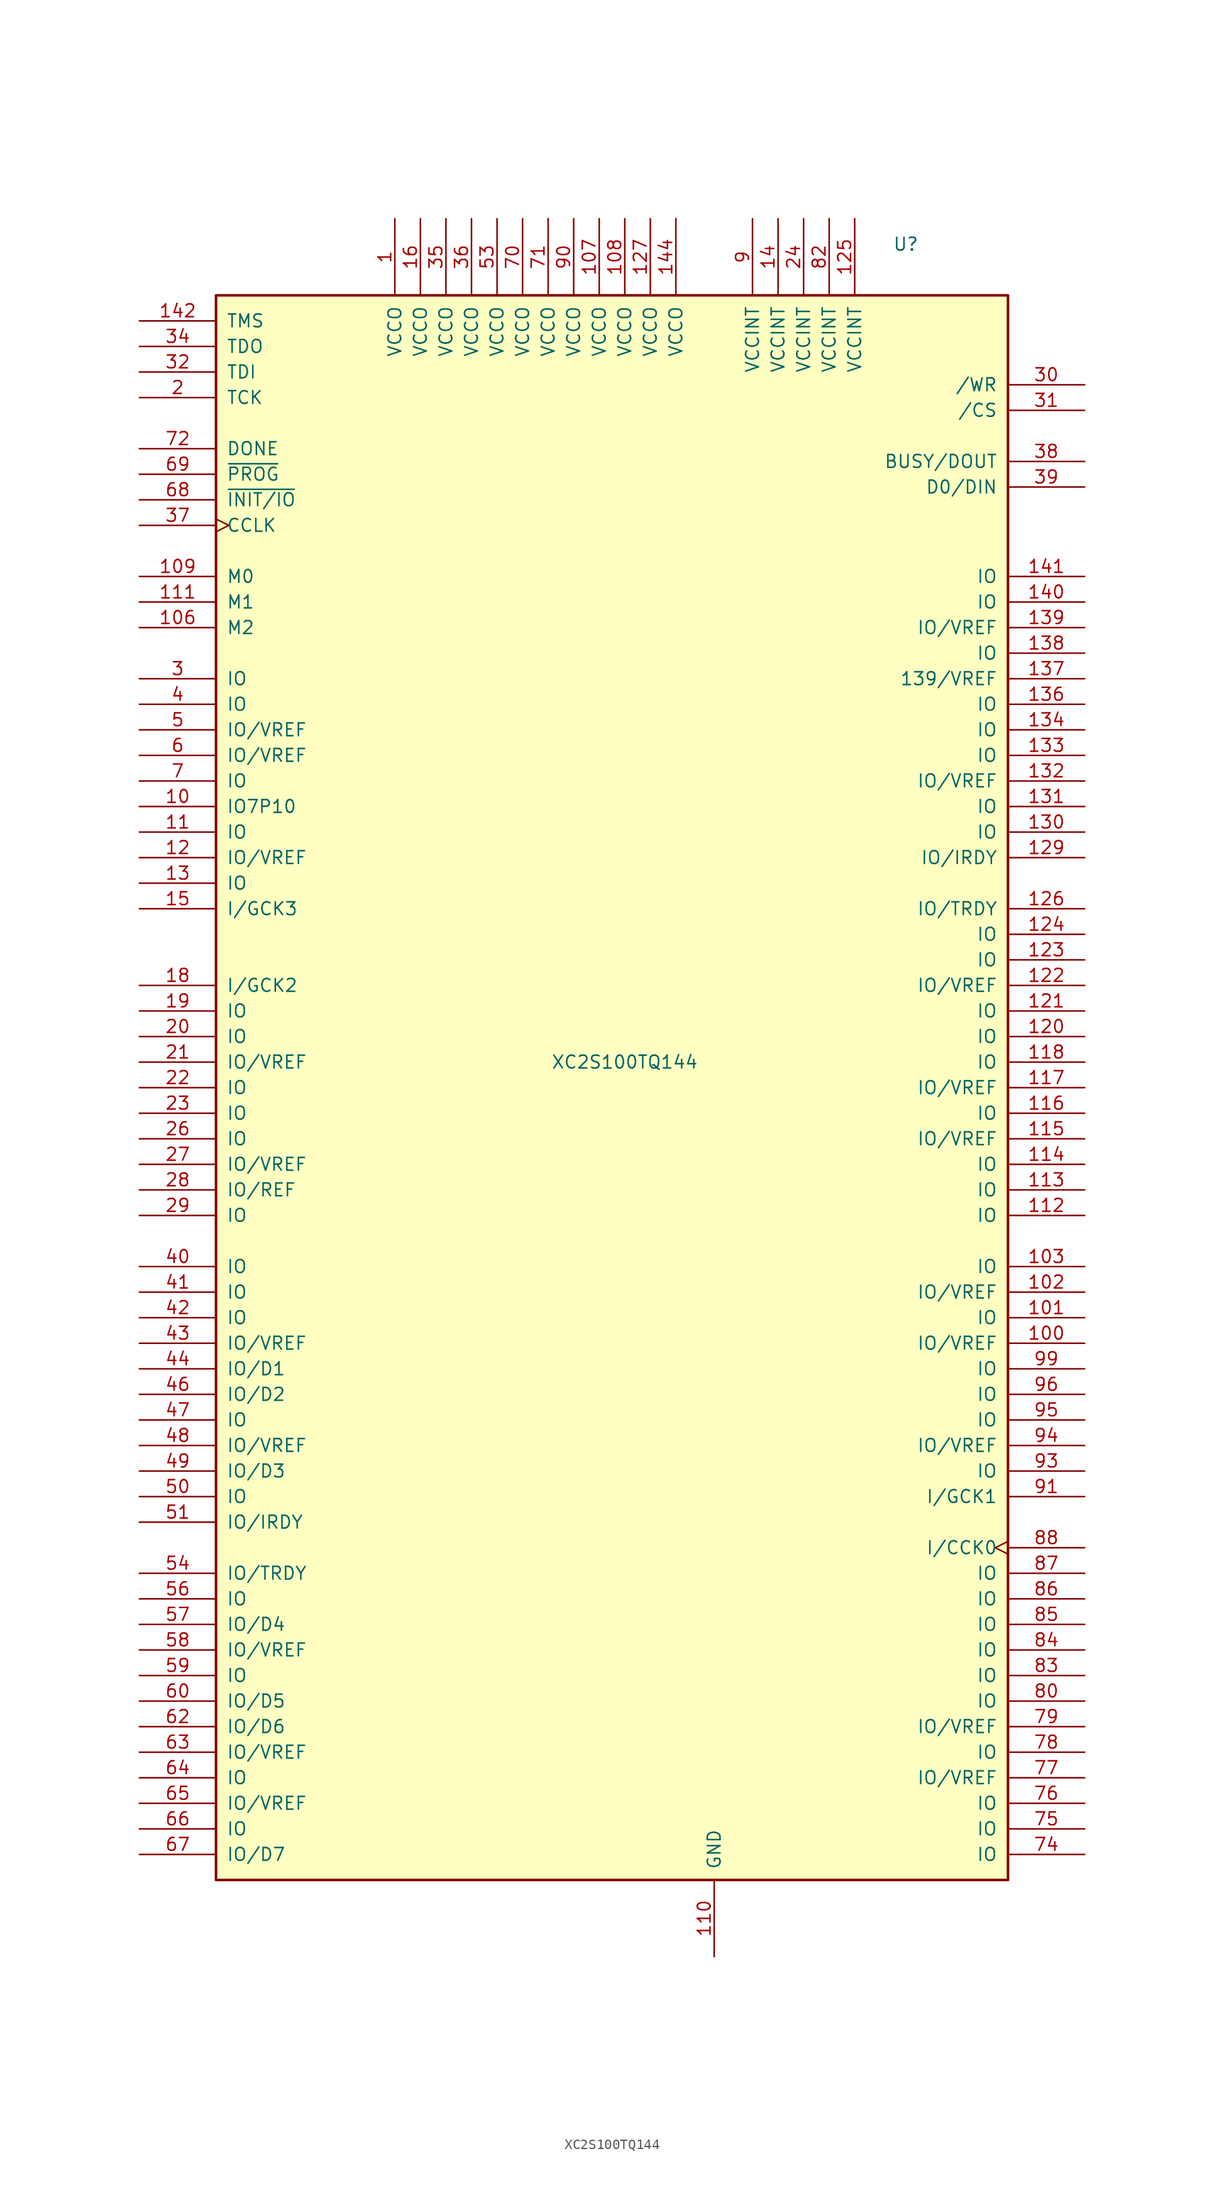
<source format=kicad_sym>
(kicad_symbol_lib
  (version 20231120)
  (generator "kicad_symbol_editor")
  (generator_version "8.0")
  (symbol "XC2S100TQ144"
    (pin_names
      (offset 1.016))
    (property "Reference" "U"
      (at 27.94 83.82 0)
      (effects (font (size 1.27 1.27))))
    (property "Value" "XC2S100TQ144"
      (at 0 2.54 0)
      (effects (font (size 1.27 1.27))))
    (symbol "XC2S100TQ144_0_1"
      (rectangle (start -40.64 78.74) (end 38.1 -78.74) (stroke (width 0.254) (type default)) (fill (type background))))
    (symbol "XC2S100TQ144_1_1"
      (pin power_in line (at -22.86 86.36 270) (length 7.62) (name "VCCO" (effects (font (size 1.27 1.27)))) (number "1" (effects (font (size 1.27 1.27)))))
      (pin bidirectional line (at -48.26 27.94 0) (length 7.62) (name "IO7P10" (effects (font (size 1.27 1.27)))) (number "10" (effects (font (size 1.27 1.27)))))
      (pin bidirectional line (at 45.72 -25.4 180) (length 7.62) (name "IO/VREF" (effects (font (size 1.27 1.27)))) (number "100" (effects (font (size 1.27 1.27)))))
      (pin bidirectional line (at 45.72 -22.86 180) (length 7.62) (name "IO" (effects (font (size 1.27 1.27)))) (number "101" (effects (font (size 1.27 1.27)))))
      (pin bidirectional line (at 45.72 -20.32 180) (length 7.62) (name "IO/VREF" (effects (font (size 1.27 1.27)))) (number "102" (effects (font (size 1.27 1.27)))))
      (pin bidirectional line (at 45.72 -17.78 180) (length 7.62) (name "IO" (effects (font (size 1.27 1.27)))) (number "103" (effects (font (size 1.27 1.27)))))
      (pin input line (at -48.26 45.72 0) (length 7.62) (name "M2" (effects (font (size 1.27 1.27)))) (number "106" (effects (font (size 1.27 1.27)))))
      (pin power_in line (at -2.54 86.36 270) (length 7.62) (name "VCCO" (effects (font (size 1.27 1.27)))) (number "107" (effects (font (size 1.27 1.27)))))
      (pin power_in line (at 0 86.36 270) (length 7.62) (name "VCCO" (effects (font (size 1.27 1.27)))) (number "108" (effects (font (size 1.27 1.27)))))
      (pin input line (at -48.26 50.8 0) (length 7.62) (name "M0" (effects (font (size 1.27 1.27)))) (number "109" (effects (font (size 1.27 1.27)))))
      (pin bidirectional line (at -48.26 25.4 0) (length 7.62) (name "IO" (effects (font (size 1.27 1.27)))) (number "11" (effects (font (size 1.27 1.27)))))
      (pin power_in line (at 8.89 -86.36 90) (length 7.62) (name "GND" (effects (font (size 1.27 1.27)))) (number "110" (effects (font (size 1.27 1.27)))))
      (pin input line (at -48.26 48.26 0) (length 7.62) (name "M1" (effects (font (size 1.27 1.27)))) (number "111" (effects (font (size 1.27 1.27)))))
      (pin bidirectional line (at 45.72 -12.7 180) (length 7.62) (name "IO" (effects (font (size 1.27 1.27)))) (number "112" (effects (font (size 1.27 1.27)))))
      (pin bidirectional line (at 45.72 -10.16 180) (length 7.62) (name "IO" (effects (font (size 1.27 1.27)))) (number "113" (effects (font (size 1.27 1.27)))))
      (pin bidirectional line (at 45.72 -7.62 180) (length 7.62) (name "IO" (effects (font (size 1.27 1.27)))) (number "114" (effects (font (size 1.27 1.27)))))
      (pin bidirectional line (at 45.72 -5.08 180) (length 7.62) (name "IO/VREF" (effects (font (size 1.27 1.27)))) (number "115" (effects (font (size 1.27 1.27)))))
      (pin bidirectional line (at 45.72 -2.54 180) (length 7.62) (name "IO" (effects (font (size 1.27 1.27)))) (number "116" (effects (font (size 1.27 1.27)))))
      (pin bidirectional line (at 45.72 0 180) (length 7.62) (name "IO/VREF" (effects (font (size 1.27 1.27)))) (number "117" (effects (font (size 1.27 1.27)))))
      (pin bidirectional line (at 45.72 2.54 180) (length 7.62) (name "IO" (effects (font (size 1.27 1.27)))) (number "118" (effects (font (size 1.27 1.27)))))
      (pin passive line (at 8.89 -86.36 90) (length 7.62) hide (name "GND" (effects (font (size 1.27 1.27)))) (number "119" (effects (font (size 1.27 1.27)))))
      (pin bidirectional line (at -48.26 22.86 0) (length 7.62) (name "IO/VREF" (effects (font (size 1.27 1.27)))) (number "12" (effects (font (size 1.27 1.27)))))
      (pin bidirectional line (at 45.72 5.08 180) (length 7.62) (name "IO" (effects (font (size 1.27 1.27)))) (number "120" (effects (font (size 1.27 1.27)))))
      (pin bidirectional line (at 45.72 7.62 180) (length 7.62) (name "IO" (effects (font (size 1.27 1.27)))) (number "121" (effects (font (size 1.27 1.27)))))
      (pin bidirectional line (at 45.72 10.16 180) (length 7.62) (name "IO/VREF" (effects (font (size 1.27 1.27)))) (number "122" (effects (font (size 1.27 1.27)))))
      (pin bidirectional line (at 45.72 12.7 180) (length 7.62) (name "IO" (effects (font (size 1.27 1.27)))) (number "123" (effects (font (size 1.27 1.27)))))
      (pin bidirectional line (at 45.72 15.24 180) (length 7.62) (name "IO" (effects (font (size 1.27 1.27)))) (number "124" (effects (font (size 1.27 1.27)))))
      (pin power_in line (at 22.86 86.36 270) (length 7.62) (name "VCCINT" (effects (font (size 1.27 1.27)))) (number "125" (effects (font (size 1.27 1.27)))))
      (pin bidirectional line (at 45.72 17.78 180) (length 7.62) (name "IO/TRDY" (effects (font (size 1.27 1.27)))) (number "126" (effects (font (size 1.27 1.27)))))
      (pin power_in line (at 2.54 86.36 270) (length 7.62) (name "VCCO" (effects (font (size 1.27 1.27)))) (number "127" (effects (font (size 1.27 1.27)))))
      (pin passive line (at 8.89 -86.36 90) (length 7.62) hide (name "GND" (effects (font (size 1.27 1.27)))) (number "128" (effects (font (size 1.27 1.27)))))
      (pin bidirectional line (at 45.72 22.86 180) (length 7.62) (name "IO/IRDY" (effects (font (size 1.27 1.27)))) (number "129" (effects (font (size 1.27 1.27)))))
      (pin bidirectional line (at -48.26 20.32 0) (length 7.62) (name "IO" (effects (font (size 1.27 1.27)))) (number "13" (effects (font (size 1.27 1.27)))))
      (pin bidirectional line (at 45.72 25.4 180) (length 7.62) (name "IO" (effects (font (size 1.27 1.27)))) (number "130" (effects (font (size 1.27 1.27)))))
      (pin bidirectional line (at 45.72 27.94 180) (length 7.62) (name "IO" (effects (font (size 1.27 1.27)))) (number "131" (effects (font (size 1.27 1.27)))))
      (pin bidirectional line (at 45.72 30.48 180) (length 7.62) (name "IO/VREF" (effects (font (size 1.27 1.27)))) (number "132" (effects (font (size 1.27 1.27)))))
      (pin bidirectional line (at 45.72 33.02 180) (length 7.62) (name "IO" (effects (font (size 1.27 1.27)))) (number "133" (effects (font (size 1.27 1.27)))))
      (pin bidirectional line (at 45.72 35.56 180) (length 7.62) (name "IO" (effects (font (size 1.27 1.27)))) (number "134" (effects (font (size 1.27 1.27)))))
      (pin passive line (at 8.89 -86.36 90) (length 7.62) hide (name "GND" (effects (font (size 1.27 1.27)))) (number "135" (effects (font (size 1.27 1.27)))))
      (pin bidirectional line (at 45.72 38.1 180) (length 7.62) (name "IO" (effects (font (size 1.27 1.27)))) (number "136" (effects (font (size 1.27 1.27)))))
      (pin bidirectional line (at 45.72 40.64 180) (length 7.62) (name "139/VREF" (effects (font (size 1.27 1.27)))) (number "137" (effects (font (size 1.27 1.27)))))
      (pin bidirectional line (at 45.72 43.18 180) (length 7.62) (name "IO" (effects (font (size 1.27 1.27)))) (number "138" (effects (font (size 1.27 1.27)))))
      (pin bidirectional line (at 45.72 45.72 180) (length 7.62) (name "IO/VREF" (effects (font (size 1.27 1.27)))) (number "139" (effects (font (size 1.27 1.27)))))
      (pin power_in line (at 15.24 86.36 270) (length 7.62) (name "VCCINT" (effects (font (size 1.27 1.27)))) (number "14" (effects (font (size 1.27 1.27)))))
      (pin bidirectional line (at 45.72 48.26 180) (length 7.62) (name "IO" (effects (font (size 1.27 1.27)))) (number "140" (effects (font (size 1.27 1.27)))))
      (pin bidirectional line (at 45.72 50.8 180) (length 7.62) (name "IO" (effects (font (size 1.27 1.27)))) (number "141" (effects (font (size 1.27 1.27)))))
      (pin input line (at -48.26 76.2 0) (length 7.62) (name "TMS" (effects (font (size 1.27 1.27)))) (number "142" (effects (font (size 1.27 1.27)))))
      (pin passive line (at 8.89 -86.36 90) (length 7.62) hide (name "GND" (effects (font (size 1.27 1.27)))) (number "143" (effects (font (size 1.27 1.27)))))
      (pin passive line (at 5.08 86.36 270) (length 7.62) (name "VCCO" (effects (font (size 1.27 1.27)))) (number "144" (effects (font (size 1.27 1.27)))))
      (pin input line (at -48.26 17.78 0) (length 7.62) (name "I/GCK3" (effects (font (size 1.27 1.27)))) (number "15" (effects (font (size 1.27 1.27)))))
      (pin power_in line (at -20.32 86.36 270) (length 7.62) (name "VCCO" (effects (font (size 1.27 1.27)))) (number "16" (effects (font (size 1.27 1.27)))))
      (pin passive line (at 8.89 -86.36 90) (length 7.62) hide (name "GND" (effects (font (size 1.27 1.27)))) (number "17" (effects (font (size 1.27 1.27)))))
      (pin input line (at -48.26 10.16 0) (length 7.62) (name "I/GCK2" (effects (font (size 1.27 1.27)))) (number "18" (effects (font (size 1.27 1.27)))))
      (pin bidirectional line (at -48.26 7.62 0) (length 7.62) (name "IO" (effects (font (size 1.27 1.27)))) (number "19" (effects (font (size 1.27 1.27)))))
      (pin input line (at -48.26 68.58 0) (length 7.62) (name "TCK" (effects (font (size 1.27 1.27)))) (number "2" (effects (font (size 1.27 1.27)))))
      (pin bidirectional line (at -48.26 5.08 0) (length 7.62) (name "IO" (effects (font (size 1.27 1.27)))) (number "20" (effects (font (size 1.27 1.27)))))
      (pin bidirectional line (at -48.26 2.54 0) (length 7.62) (name "IO/VREF" (effects (font (size 1.27 1.27)))) (number "21" (effects (font (size 1.27 1.27)))))
      (pin bidirectional line (at -48.26 0 0) (length 7.62) (name "IO" (effects (font (size 1.27 1.27)))) (number "22" (effects (font (size 1.27 1.27)))))
      (pin bidirectional line (at -48.26 -2.54 0) (length 7.62) (name "IO" (effects (font (size 1.27 1.27)))) (number "23" (effects (font (size 1.27 1.27)))))
      (pin power_in line (at 17.78 86.36 270) (length 7.62) (name "VCCINT" (effects (font (size 1.27 1.27)))) (number "24" (effects (font (size 1.27 1.27)))))
      (pin passive line (at 8.89 -86.36 90) (length 7.62) hide (name "GND" (effects (font (size 1.27 1.27)))) (number "25" (effects (font (size 1.27 1.27)))))
      (pin bidirectional line (at -48.26 -5.08 0) (length 7.62) (name "IO" (effects (font (size 1.27 1.27)))) (number "26" (effects (font (size 1.27 1.27)))))
      (pin bidirectional line (at -48.26 -7.62 0) (length 7.62) (name "IO/VREF" (effects (font (size 1.27 1.27)))) (number "27" (effects (font (size 1.27 1.27)))))
      (pin bidirectional line (at -48.26 -10.16 0) (length 7.62) (name "IO/REF" (effects (font (size 1.27 1.27)))) (number "28" (effects (font (size 1.27 1.27)))))
      (pin bidirectional line (at -48.26 -12.7 0) (length 7.62) (name "IO" (effects (font (size 1.27 1.27)))) (number "29" (effects (font (size 1.27 1.27)))))
      (pin bidirectional line (at -48.26 40.64 0) (length 7.62) (name "IO" (effects (font (size 1.27 1.27)))) (number "3" (effects (font (size 1.27 1.27)))))
      (pin bidirectional line (at 45.72 69.85 180) (length 7.62) (name "/WR" (effects (font (size 1.27 1.27)))) (number "30" (effects (font (size 1.27 1.27)))))
      (pin bidirectional line (at 45.72 67.31 180) (length 7.62) (name "/CS" (effects (font (size 1.27 1.27)))) (number "31" (effects (font (size 1.27 1.27)))))
      (pin input line (at -48.26 71.12 0) (length 7.62) (name "TDI" (effects (font (size 1.27 1.27)))) (number "32" (effects (font (size 1.27 1.27)))))
      (pin passive line (at 8.89 -86.36 90) (length 7.62) hide (name "GND" (effects (font (size 1.27 1.27)))) (number "33" (effects (font (size 1.27 1.27)))))
      (pin output line (at -48.26 73.66 0) (length 7.62) (name "TDO" (effects (font (size 1.27 1.27)))) (number "34" (effects (font (size 1.27 1.27)))))
      (pin power_in line (at -17.78 86.36 270) (length 7.62) (name "VCCO" (effects (font (size 1.27 1.27)))) (number "35" (effects (font (size 1.27 1.27)))))
      (pin power_in line (at -15.24 86.36 270) (length 7.62) (name "VCCO" (effects (font (size 1.27 1.27)))) (number "36" (effects (font (size 1.27 1.27)))))
      (pin input clock (at -48.26 55.88 0) (length 7.62) (name "CCLK" (effects (font (size 1.27 1.27)))) (number "37" (effects (font (size 1.27 1.27)))))
      (pin output line (at 45.72 62.23 180) (length 7.62) (name "BUSY/DOUT" (effects (font (size 1.27 1.27)))) (number "38" (effects (font (size 1.27 1.27)))))
      (pin bidirectional line (at 45.72 59.69 180) (length 7.62) (name "D0/DIN" (effects (font (size 1.27 1.27)))) (number "39" (effects (font (size 1.27 1.27)))))
      (pin bidirectional line (at -48.26 38.1 0) (length 7.62) (name "IO" (effects (font (size 1.27 1.27)))) (number "4" (effects (font (size 1.27 1.27)))))
      (pin bidirectional line (at -48.26 -17.78 0) (length 7.62) (name "IO" (effects (font (size 1.27 1.27)))) (number "40" (effects (font (size 1.27 1.27)))))
      (pin bidirectional line (at -48.26 -20.32 0) (length 7.62) (name "IO" (effects (font (size 1.27 1.27)))) (number "41" (effects (font (size 1.27 1.27)))))
      (pin bidirectional line (at -48.26 -22.86 0) (length 7.62) (name "IO" (effects (font (size 1.27 1.27)))) (number "42" (effects (font (size 1.27 1.27)))))
      (pin bidirectional line (at -48.26 -25.4 0) (length 7.62) (name "IO/VREF" (effects (font (size 1.27 1.27)))) (number "43" (effects (font (size 1.27 1.27)))))
      (pin bidirectional line (at -48.26 -27.94 0) (length 7.62) (name "IO/D1" (effects (font (size 1.27 1.27)))) (number "44" (effects (font (size 1.27 1.27)))))
      (pin passive line (at 8.89 -86.36 90) (length 7.62) hide (name "GND" (effects (font (size 1.27 1.27)))) (number "45" (effects (font (size 1.27 1.27)))))
      (pin bidirectional line (at -48.26 -30.48 0) (length 7.62) (name "IO/D2" (effects (font (size 1.27 1.27)))) (number "46" (effects (font (size 1.27 1.27)))))
      (pin bidirectional line (at -48.26 -33.02 0) (length 7.62) (name "IO" (effects (font (size 1.27 1.27)))) (number "47" (effects (font (size 1.27 1.27)))))
      (pin bidirectional line (at -48.26 -35.56 0) (length 7.62) (name "IO/VREF" (effects (font (size 1.27 1.27)))) (number "48" (effects (font (size 1.27 1.27)))))
      (pin bidirectional line (at -48.26 -38.1 0) (length 7.62) (name "IO/D3" (effects (font (size 1.27 1.27)))) (number "49" (effects (font (size 1.27 1.27)))))
      (pin bidirectional line (at -48.26 35.56 0) (length 7.62) (name "IO/VREF" (effects (font (size 1.27 1.27)))) (number "5" (effects (font (size 1.27 1.27)))))
      (pin bidirectional line (at -48.26 -40.64 0) (length 7.62) (name "IO" (effects (font (size 1.27 1.27)))) (number "50" (effects (font (size 1.27 1.27)))))
      (pin bidirectional line (at -48.26 -43.18 0) (length 7.62) (name "IO/IRDY" (effects (font (size 1.27 1.27)))) (number "51" (effects (font (size 1.27 1.27)))))
      (pin passive line (at 8.89 -86.36 90) (length 7.62) hide (name "GND" (effects (font (size 1.27 1.27)))) (number "52" (effects (font (size 1.27 1.27)))))
      (pin power_in line (at -12.7 86.36 270) (length 7.62) (name "VCCO" (effects (font (size 1.27 1.27)))) (number "53" (effects (font (size 1.27 1.27)))))
      (pin bidirectional line (at -48.26 -48.26 0) (length 7.62) (name "IO/TRDY" (effects (font (size 1.27 1.27)))) (number "54" (effects (font (size 1.27 1.27)))))
      (pin bidirectional line (at -48.26 -50.8 0) (length 7.62) (name "IO" (effects (font (size 1.27 1.27)))) (number "56" (effects (font (size 1.27 1.27)))))
      (pin bidirectional line (at -48.26 -53.34 0) (length 7.62) (name "IO/D4" (effects (font (size 1.27 1.27)))) (number "57" (effects (font (size 1.27 1.27)))))
      (pin bidirectional line (at -48.26 -55.88 0) (length 7.62) (name "IO/VREF" (effects (font (size 1.27 1.27)))) (number "58" (effects (font (size 1.27 1.27)))))
      (pin bidirectional line (at -48.26 -58.42 0) (length 7.62) (name "IO" (effects (font (size 1.27 1.27)))) (number "59" (effects (font (size 1.27 1.27)))))
      (pin bidirectional line (at -48.26 33.02 0) (length 7.62) (name "IO/VREF" (effects (font (size 1.27 1.27)))) (number "6" (effects (font (size 1.27 1.27)))))
      (pin bidirectional line (at -48.26 -60.96 0) (length 7.62) (name "IO/D5" (effects (font (size 1.27 1.27)))) (number "60" (effects (font (size 1.27 1.27)))))
      (pin passive line (at 8.89 -86.36 90) (length 7.62) hide (name "GND" (effects (font (size 1.27 1.27)))) (number "61" (effects (font (size 1.27 1.27)))))
      (pin bidirectional line (at -48.26 -63.5 0) (length 7.62) (name "IO/D6" (effects (font (size 1.27 1.27)))) (number "62" (effects (font (size 1.27 1.27)))))
      (pin bidirectional line (at -48.26 -66.04 0) (length 7.62) (name "IO/VREF" (effects (font (size 1.27 1.27)))) (number "63" (effects (font (size 1.27 1.27)))))
      (pin bidirectional line (at -48.26 -68.58 0) (length 7.62) (name "IO" (effects (font (size 1.27 1.27)))) (number "64" (effects (font (size 1.27 1.27)))))
      (pin bidirectional line (at -48.26 -71.12 0) (length 7.62) (name "IO/VREF" (effects (font (size 1.27 1.27)))) (number "65" (effects (font (size 1.27 1.27)))))
      (pin bidirectional line (at -48.26 -73.66 0) (length 7.62) (name "IO" (effects (font (size 1.27 1.27)))) (number "66" (effects (font (size 1.27 1.27)))))
      (pin bidirectional line (at -48.26 -76.2 0) (length 7.62) (name "IO/D7" (effects (font (size 1.27 1.27)))) (number "67" (effects (font (size 1.27 1.27)))))
      (pin bidirectional line (at -48.26 58.42 0) (length 7.62) (name "~{INIT/IO}" (effects (font (size 1.27 1.27)))) (number "68" (effects (font (size 1.27 1.27)))))
      (pin input line (at -48.26 60.96 0) (length 7.62) (name "~{PROG}" (effects (font (size 1.27 1.27)))) (number "69" (effects (font (size 1.27 1.27)))))
      (pin bidirectional line (at -48.26 30.48 0) (length 7.62) (name "IO" (effects (font (size 1.27 1.27)))) (number "7" (effects (font (size 1.27 1.27)))))
      (pin power_in line (at -10.16 86.36 270) (length 7.62) (name "VCCO" (effects (font (size 1.27 1.27)))) (number "70" (effects (font (size 1.27 1.27)))))
      (pin power_in line (at -7.62 86.36 270) (length 7.62) (name "VCCO" (effects (font (size 1.27 1.27)))) (number "71" (effects (font (size 1.27 1.27)))))
      (pin open_collector line (at -48.26 63.5 0) (length 7.62) (name "DONE" (effects (font (size 1.27 1.27)))) (number "72" (effects (font (size 1.27 1.27)))))
      (pin passive line (at 8.89 -86.36 90) (length 7.62) hide (name "GND" (effects (font (size 1.27 1.27)))) (number "73" (effects (font (size 1.27 1.27)))))
      (pin bidirectional line (at 45.72 -76.2 180) (length 7.62) (name "IO" (effects (font (size 1.27 1.27)))) (number "74" (effects (font (size 1.27 1.27)))))
      (pin bidirectional line (at 45.72 -73.66 180) (length 7.62) (name "IO" (effects (font (size 1.27 1.27)))) (number "75" (effects (font (size 1.27 1.27)))))
      (pin bidirectional line (at 45.72 -71.12 180) (length 7.62) (name "IO" (effects (font (size 1.27 1.27)))) (number "76" (effects (font (size 1.27 1.27)))))
      (pin bidirectional line (at 45.72 -68.58 180) (length 7.62) (name "IO/VREF" (effects (font (size 1.27 1.27)))) (number "77" (effects (font (size 1.27 1.27)))))
      (pin bidirectional line (at 45.72 -66.04 180) (length 7.62) (name "IO" (effects (font (size 1.27 1.27)))) (number "78" (effects (font (size 1.27 1.27)))))
      (pin bidirectional line (at 45.72 -63.5 180) (length 7.62) (name "IO/VREF" (effects (font (size 1.27 1.27)))) (number "79" (effects (font (size 1.27 1.27)))))
      (pin passive line (at 8.89 -86.36 90) (length 7.62) hide (name "GND" (effects (font (size 1.27 1.27)))) (number "8" (effects (font (size 1.27 1.27)))))
      (pin bidirectional line (at 45.72 -60.96 180) (length 7.62) (name "IO" (effects (font (size 1.27 1.27)))) (number "80" (effects (font (size 1.27 1.27)))))
      (pin passive line (at 8.89 -86.36 90) (length 7.62) hide (name "GND" (effects (font (size 1.27 1.27)))) (number "81" (effects (font (size 1.27 1.27)))))
      (pin power_in line (at 20.32 86.36 270) (length 7.62) (name "VCCINT" (effects (font (size 1.27 1.27)))) (number "82" (effects (font (size 1.27 1.27)))))
      (pin bidirectional line (at 45.72 -58.42 180) (length 7.62) (name "IO" (effects (font (size 1.27 1.27)))) (number "83" (effects (font (size 1.27 1.27)))))
      (pin bidirectional line (at 45.72 -55.88 180) (length 7.62) (name "IO" (effects (font (size 1.27 1.27)))) (number "84" (effects (font (size 1.27 1.27)))))
      (pin bidirectional line (at 45.72 -53.34 180) (length 7.62) (name "IO" (effects (font (size 1.27 1.27)))) (number "85" (effects (font (size 1.27 1.27)))))
      (pin bidirectional line (at 45.72 -50.8 180) (length 7.62) (name "IO" (effects (font (size 1.27 1.27)))) (number "86" (effects (font (size 1.27 1.27)))))
      (pin bidirectional line (at 45.72 -48.26 180) (length 7.62) (name "IO" (effects (font (size 1.27 1.27)))) (number "87" (effects (font (size 1.27 1.27)))))
      (pin input clock (at 45.72 -45.72 180) (length 7.62) (name "I/CCK0" (effects (font (size 1.27 1.27)))) (number "88" (effects (font (size 1.27 1.27)))))
      (pin passive line (at 8.89 -86.36 90) (length 7.62) hide (name "GND" (effects (font (size 1.27 1.27)))) (number "89" (effects (font (size 1.27 1.27)))))
      (pin power_in line (at 12.7 86.36 270) (length 7.62) (name "VCCINT" (effects (font (size 1.27 1.27)))) (number "9" (effects (font (size 1.27 1.27)))))
      (pin power_in line (at -5.08 86.36 270) (length 7.62) (name "VCCO" (effects (font (size 1.27 1.27)))) (number "90" (effects (font (size 1.27 1.27)))))
      (pin input line (at 45.72 -40.64 180) (length 7.62) (name "I/GCK1" (effects (font (size 1.27 1.27)))) (number "91" (effects (font (size 1.27 1.27)))))
      (pin bidirectional line (at 45.72 -38.1 180) (length 7.62) (name "IO" (effects (font (size 1.27 1.27)))) (number "93" (effects (font (size 1.27 1.27)))))
      (pin bidirectional line (at 45.72 -35.56 180) (length 7.62) (name "IO/VREF" (effects (font (size 1.27 1.27)))) (number "94" (effects (font (size 1.27 1.27)))))
      (pin bidirectional line (at 45.72 -33.02 180) (length 7.62) (name "IO" (effects (font (size 1.27 1.27)))) (number "95" (effects (font (size 1.27 1.27)))))
      (pin bidirectional line (at 45.72 -30.48 180) (length 7.62) (name "IO" (effects (font (size 1.27 1.27)))) (number "96" (effects (font (size 1.27 1.27)))))
      (pin passive line (at 8.89 -86.36 90) (length 7.62) hide (name "GND" (effects (font (size 1.27 1.27)))) (number "98" (effects (font (size 1.27 1.27)))))
      (pin bidirectional line (at 45.72 -27.94 180) (length 7.62) (name "IO" (effects (font (size 1.27 1.27)))) (number "99" (effects (font (size 1.27 1.27))))))))
</source>
